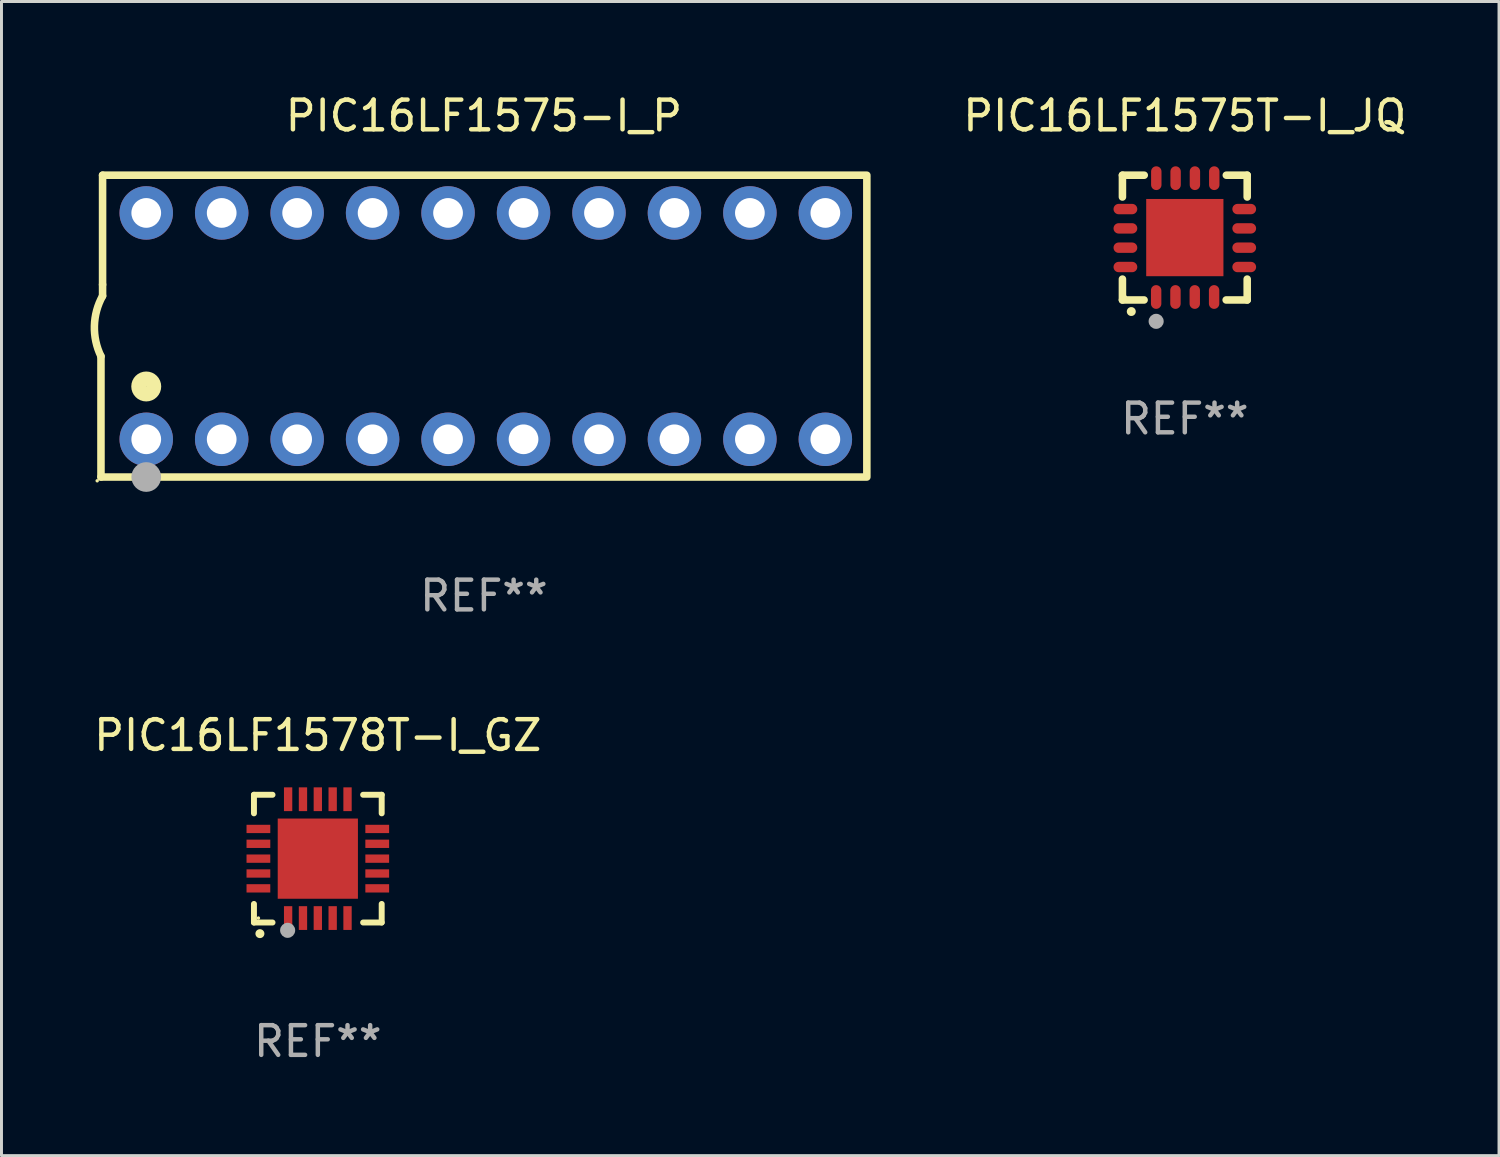
<source format=kicad_pcb>
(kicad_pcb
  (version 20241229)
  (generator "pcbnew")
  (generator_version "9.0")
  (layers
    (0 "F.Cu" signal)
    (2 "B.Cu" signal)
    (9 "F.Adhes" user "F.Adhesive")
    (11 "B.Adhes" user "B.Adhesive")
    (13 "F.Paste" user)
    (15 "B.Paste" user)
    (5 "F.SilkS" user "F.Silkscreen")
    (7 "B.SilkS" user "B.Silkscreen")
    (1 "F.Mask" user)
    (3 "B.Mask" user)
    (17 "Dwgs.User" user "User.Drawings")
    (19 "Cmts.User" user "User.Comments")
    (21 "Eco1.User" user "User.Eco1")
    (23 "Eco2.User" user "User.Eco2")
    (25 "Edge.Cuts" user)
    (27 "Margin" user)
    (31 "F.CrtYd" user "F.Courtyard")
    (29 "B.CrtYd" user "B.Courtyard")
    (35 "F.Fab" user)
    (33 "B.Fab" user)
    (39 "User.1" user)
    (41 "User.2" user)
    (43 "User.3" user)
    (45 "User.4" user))
  (footprint "PIC16LF1575T-I_JQ"
    (layer "F.Cu")
    (at 36.835 4.948)
    (property "Reference" "PIC16LF1575T-I_JQ" (at 0 -4.1 0) (layer "F.SilkS") (effects (font (size 1 1) (thickness 0.15))))
    (attr through_hole)
    (fp_line (start -2.1 -2.1) (end -1.366 -2.1) (stroke (width 0.254) (type solid)) (layer "F.SilkS"))
    (fp_line (start -2.1 -1.366) (end -2.1 -2.1) (stroke (width 0.254) (type solid)) (layer "F.SilkS"))
    (fp_line (start -2.1 2.1) (end -2.1 1.397) (stroke (width 0.254) (type solid)) (layer "F.SilkS"))
    (fp_line (start -2.1 2.1) (end -1.371 2.1) (stroke (width 0.254) (type solid)) (layer "F.SilkS"))
    (fp_line (start 1.392 2.1) (end 2.1 2.1) (stroke (width 0.254) (type solid)) (layer "F.SilkS"))
    (fp_line (start 1.397 -2.1) (end 2.1 -2.1) (stroke (width 0.254) (type solid)) (layer "F.SilkS"))
    (fp_line (start 2.1 -1.366) (end 2.1 -2.1) (stroke (width 0.254) (type solid)) (layer "F.SilkS"))
    (fp_line (start 2.1 2.1) (end 2.1 1.397) (stroke (width 0.254) (type solid)) (layer "F.SilkS"))
    (fp_arc (start -1.803404 2.489205) (mid -1.802134 2.4892) (end -1.800864 2.489205) (stroke (width 0.3) (type solid)) (layer "F.SilkS"))
    (fp_circle (center -2 2) (end -1.97 2) (stroke (width 0.06) (type solid)) (fill no) (layer "F.SilkS"))
    (fp_circle (center -0.965 2.819) (end -0.838 2.819) (stroke (width 0.254) (type solid)) (fill no) (layer "F.Fab"))
    (fp_text user "REF**" (at 0 6.1 0) (layer "F.Fab") (effects (font (size 1 1) (thickness 0.15))))
    (pad "1" smd oval (at -0.965 2) (size 0.35 0.8) (layers "F.Cu" "F.Mask" "F.Paste"))
    (pad "2" smd oval (at -0.315 2) (size 0.35 0.8) (layers "F.Cu" "F.Mask" "F.Paste"))
    (pad "3" smd oval (at 0.335 2) (size 0.35 0.8) (layers "F.Cu" "F.Mask" "F.Paste"))
    (pad "4" smd oval (at 0.986 2) (size 0.35 0.8) (layers "F.Cu" "F.Mask" "F.Paste"))
    (pad "5" smd oval (at 2 0.991 90) (size 0.35 0.8) (layers "F.Cu" "F.Mask" "F.Paste"))
    (pad "6" smd oval (at 2 0.34 90) (size 0.35 0.8) (layers "F.Cu" "F.Mask" "F.Paste"))
    (pad "7" smd oval (at 2 -0.31 90) (size 0.35 0.8) (layers "F.Cu" "F.Mask" "F.Paste"))
    (pad "8" smd oval (at 2 -0.96 90) (size 0.35 0.8) (layers "F.Cu" "F.Mask" "F.Paste"))
    (pad "9" smd oval (at 0.991 -2) (size 0.35 0.8) (layers "F.Cu" "F.Mask" "F.Paste"))
    (pad "10" smd oval (at 0.34 -2) (size 0.35 0.8) (layers "F.Cu" "F.Mask" "F.Paste"))
    (pad "11" smd oval (at -0.31 -2) (size 0.35 0.8) (layers "F.Cu" "F.Mask" "F.Paste"))
    (pad "12" smd oval (at -0.96 -2) (size 0.35 0.8) (layers "F.Cu" "F.Mask" "F.Paste"))
    (pad "13" smd oval (at -2 -0.96 90) (size 0.35 0.8) (layers "F.Cu" "F.Mask" "F.Paste"))
    (pad "14" smd oval (at -2 -0.31 90) (size 0.35 0.8) (layers "F.Cu" "F.Mask" "F.Paste"))
    (pad "15" smd oval (at -2 0.34 90) (size 0.35 0.8) (layers "F.Cu" "F.Mask" "F.Paste"))
    (pad "16" smd oval (at -2 0.991 90) (size 0.35 0.8) (layers "F.Cu" "F.Mask" "F.Paste"))
    (pad "17" smd rect (at 0 0 90) (size 2.6 2.6) (layers "F.Cu" "F.Mask" "F.Paste")))
  (footprint "PIC16LF1575-I_P"
    (layer "F.Cu")
    (at 13.24 7.928)
    (property "Reference" "PIC16LF1575-I_P" (at 0 -7.08 0) (layer "F.SilkS") (effects (font (size 1 1) (thickness 0.15))))
    (attr through_hole)
    (fp_line (start -12.891 5.08) (end -12.891 1.016) (stroke (width 0.254) (type solid)) (layer "F.SilkS"))
    (fp_line (start -12.891 5.08) (end 12.891 5.08) (stroke (width 0.254) (type solid)) (layer "F.SilkS"))
    (fp_line (start -12.837 -5.08) (end -12.837 -1.397) (stroke (width 0.254) (type solid)) (layer "F.SilkS"))
    (fp_line (start -12.837 -5.08) (end 12.891 -5.08) (stroke (width 0.254) (type solid)) (layer "F.SilkS"))
    (fp_line (start -12.837 -1.397) (end -12.837 -1.016) (stroke (width 0.254) (type solid)) (layer "F.SilkS"))
    (fp_line (start 12.891 -5) (end 12.891 5) (stroke (width 0.254) (type solid)) (layer "F.SilkS"))
    (fp_arc (start -12.890526 1.016002) (mid -13.111945 -0.006602) (end -12.836525 -1.016002) (stroke (width 0.254001) (type solid)) (layer "F.SilkS"))
    (fp_circle (center -13.018 5.207) (end -12.988 5.207) (stroke (width 0.06) (type solid)) (fill no) (layer "F.SilkS"))
    (fp_circle (center -11.367 2.032) (end -11.113 2.032) (stroke (width 0.5) (type solid)) (fill no) (layer "F.SilkS"))
    (fp_circle (center -11.367 5.08) (end -11.117 5.08) (stroke (width 0.5) (type solid)) (fill no) (layer "F.Fab"))
    (fp_text user "REF**" (at 0 9.08 0) (layer "F.Fab") (effects (font (size 1 1) (thickness 0.15))))
    (pad "1" thru_hole circle (at -11.367 3.81) (size 1.8 1.8) (drill 1) (layers "*.Cu" "*.Mask"))
    (pad "2" thru_hole circle (at -8.827 3.81) (size 1.8 1.8) (drill 1) (layers "*.Cu" "*.Mask"))
    (pad "3" thru_hole circle (at -6.287 3.81) (size 1.8 1.8) (drill 1) (layers "*.Cu" "*.Mask"))
    (pad "4" thru_hole circle (at -3.747 3.81) (size 1.8 1.8) (drill 1) (layers "*.Cu" "*.Mask"))
    (pad "5" thru_hole circle (at -1.207 3.81) (size 1.8 1.8) (drill 1) (layers "*.Cu" "*.Mask"))
    (pad "6" thru_hole circle (at 1.334 3.81) (size 1.8 1.8) (drill 1) (layers "*.Cu" "*.Mask"))
    (pad "7" thru_hole circle (at 3.874 3.81) (size 1.8 1.8) (drill 1) (layers "*.Cu" "*.Mask"))
    (pad "8" thru_hole circle (at 6.414 3.81) (size 1.8 1.8) (drill 1) (layers "*.Cu" "*.Mask"))
    (pad "9" thru_hole circle (at 8.954 3.81) (size 1.8 1.8) (drill 1) (layers "*.Cu" "*.Mask"))
    (pad "10" thru_hole circle (at 11.494 3.81) (size 1.8 1.8) (drill 1) (layers "*.Cu" "*.Mask"))
    (pad "11" thru_hole circle (at 11.494 -3.81) (size 1.8 1.8) (drill 1) (layers "*.Cu" "*.Mask"))
    (pad "12" thru_hole circle (at 8.954 -3.81) (size 1.8 1.8) (drill 1) (layers "*.Cu" "*.Mask"))
    (pad "13" thru_hole circle (at 6.414 -3.81) (size 1.8 1.8) (drill 1) (layers "*.Cu" "*.Mask"))
    (pad "14" thru_hole circle (at 3.874 -3.81) (size 1.8 1.8) (drill 1) (layers "*.Cu" "*.Mask"))
    (pad "15" thru_hole circle (at 1.334 -3.81) (size 1.8 1.8) (drill 1) (layers "*.Cu" "*.Mask"))
    (pad "16" thru_hole circle (at -1.207 -3.81) (size 1.8 1.8) (drill 1) (layers "*.Cu" "*.Mask"))
    (pad "17" thru_hole circle (at -3.747 -3.81) (size 1.8 1.8) (drill 1) (layers "*.Cu" "*.Mask"))
    (pad "18" thru_hole circle (at -6.287 -3.81) (size 1.8 1.8) (drill 1) (layers "*.Cu" "*.Mask"))
    (pad "19" thru_hole circle (at -8.827 -3.81) (size 1.8 1.8) (drill 1) (layers "*.Cu" "*.Mask"))
    (pad "20" thru_hole circle (at -11.367 -3.81) (size 1.8 1.8) (drill 1) (layers "*.Cu" "*.Mask")))
  (footprint "PIC16LF1578T-I_GZ"
    (layer "F.Cu")
    (at 7.649 25.855)
    (property "Reference" "PIC16LF1578T-I_GZ" (at 0 -4.15 0) (layer "F.SilkS") (effects (font (size 1 1) (thickness 0.15))))
    (attr through_hole)
    (fp_line (start -2.15 -2.15) (end -2.15 -1.525) (stroke (width 0.2) (type solid)) (layer "F.SilkS"))
    (fp_line (start -2.15 2.15) (end -2.15 1.525) (stroke (width 0.2) (type solid)) (layer "F.SilkS"))
    (fp_line (start -1.525 -2.15) (end -2.15 -2.15) (stroke (width 0.2) (type solid)) (layer "F.SilkS"))
    (fp_line (start -1.525 2.15) (end -2.15 2.15) (stroke (width 0.2) (type solid)) (layer "F.SilkS"))
    (fp_line (start 1.525 2.15) (end 2.15 2.15) (stroke (width 0.2) (type solid)) (layer "F.SilkS"))
    (fp_line (start 2.15 -2.15) (end 1.525 -2.15) (stroke (width 0.2) (type solid)) (layer "F.SilkS"))
    (fp_line (start 2.15 -1.525) (end 2.15 -2.15) (stroke (width 0.2) (type solid)) (layer "F.SilkS"))
    (fp_line (start 2.15 2.15) (end 2.15 1.525) (stroke (width 0.2) (type solid)) (layer "F.SilkS"))
    (fp_arc (start -1.950724 2.524765) (mid -1.949454 2.52476) (end -1.948184 2.524765) (stroke (width 0.3) (type solid)) (layer "F.SilkS"))
    (fp_circle (center -2 2) (end -1.97 2) (stroke (width 0.06) (type solid)) (fill no) (layer "F.SilkS"))
    (fp_circle (center -1.016 2.413) (end -0.889 2.413) (stroke (width 0.254) (type solid)) (fill no) (layer "F.Fab"))
    (fp_text user "REF**" (at 0 6.15 0) (layer "F.Fab") (effects (font (size 1 1) (thickness 0.15))))
    (pad "1" smd rect (at -1 2 180) (size 0.28 0.8) (layers "F.Cu" "F.Mask" "F.Paste"))
    (pad "2" smd rect (at -0.5 2 180) (size 0.28 0.8) (layers "F.Cu" "F.Mask" "F.Paste"))
    (pad "3" smd rect (at 0 2 180) (size 0.28 0.8) (layers "F.Cu" "F.Mask" "F.Paste"))
    (pad "4" smd rect (at 0.5 2 180) (size 0.28 0.8) (layers "F.Cu" "F.Mask" "F.Paste"))
    (pad "5" smd rect (at 1 2 180) (size 0.28 0.8) (layers "F.Cu" "F.Mask" "F.Paste"))
    (pad "6" smd rect (at 2 1 90) (size 0.28 0.8) (layers "F.Cu" "F.Mask" "F.Paste"))
    (pad "7" smd rect (at 2 0.5 90) (size 0.28 0.8) (layers "F.Cu" "F.Mask" "F.Paste"))
    (pad "8" smd rect (at 2 0 90) (size 0.28 0.8) (layers "F.Cu" "F.Mask" "F.Paste"))
    (pad "9" smd rect (at 2 -0.5 90) (size 0.28 0.8) (layers "F.Cu" "F.Mask" "F.Paste"))
    (pad "10" smd rect (at 2 -1 90) (size 0.28 0.8) (layers "F.Cu" "F.Mask" "F.Paste"))
    (pad "11" smd rect (at 1 -2 180) (size 0.28 0.8) (layers "F.Cu" "F.Mask" "F.Paste"))
    (pad "12" smd rect (at 0.5 -2 180) (size 0.28 0.8) (layers "F.Cu" "F.Mask" "F.Paste"))
    (pad "13" smd rect (at 0 -2 180) (size 0.28 0.8) (layers "F.Cu" "F.Mask" "F.Paste"))
    (pad "14" smd rect (at -0.5 -2 180) (size 0.28 0.8) (layers "F.Cu" "F.Mask" "F.Paste"))
    (pad "15" smd rect (at -1 -2 180) (size 0.28 0.8) (layers "F.Cu" "F.Mask" "F.Paste"))
    (pad "16" smd rect (at -2 -1 90) (size 0.28 0.8) (layers "F.Cu" "F.Mask" "F.Paste"))
    (pad "17" smd rect (at -2 -0.5 90) (size 0.28 0.8) (layers "F.Cu" "F.Mask" "F.Paste"))
    (pad "18" smd rect (at -2 0 90) (size 0.28 0.8) (layers "F.Cu" "F.Mask" "F.Paste"))
    (pad "19" smd rect (at -2 0.5 90) (size 0.28 0.8) (layers "F.Cu" "F.Mask" "F.Paste"))
    (pad "20" smd rect (at -2 1 90) (size 0.28 0.8) (layers "F.Cu" "F.Mask" "F.Paste"))
    (pad "21" smd rect (at 0 0 90) (size 2.7 2.7) (layers "F.Cu" "F.Mask" "F.Paste")))
  (gr_rect
    (start -3 -3)
    (end 47.412 35.853)
    (stroke (width 0.1) (type default))
    (fill no)
    (layer "Edge.Cuts")))
</source>
